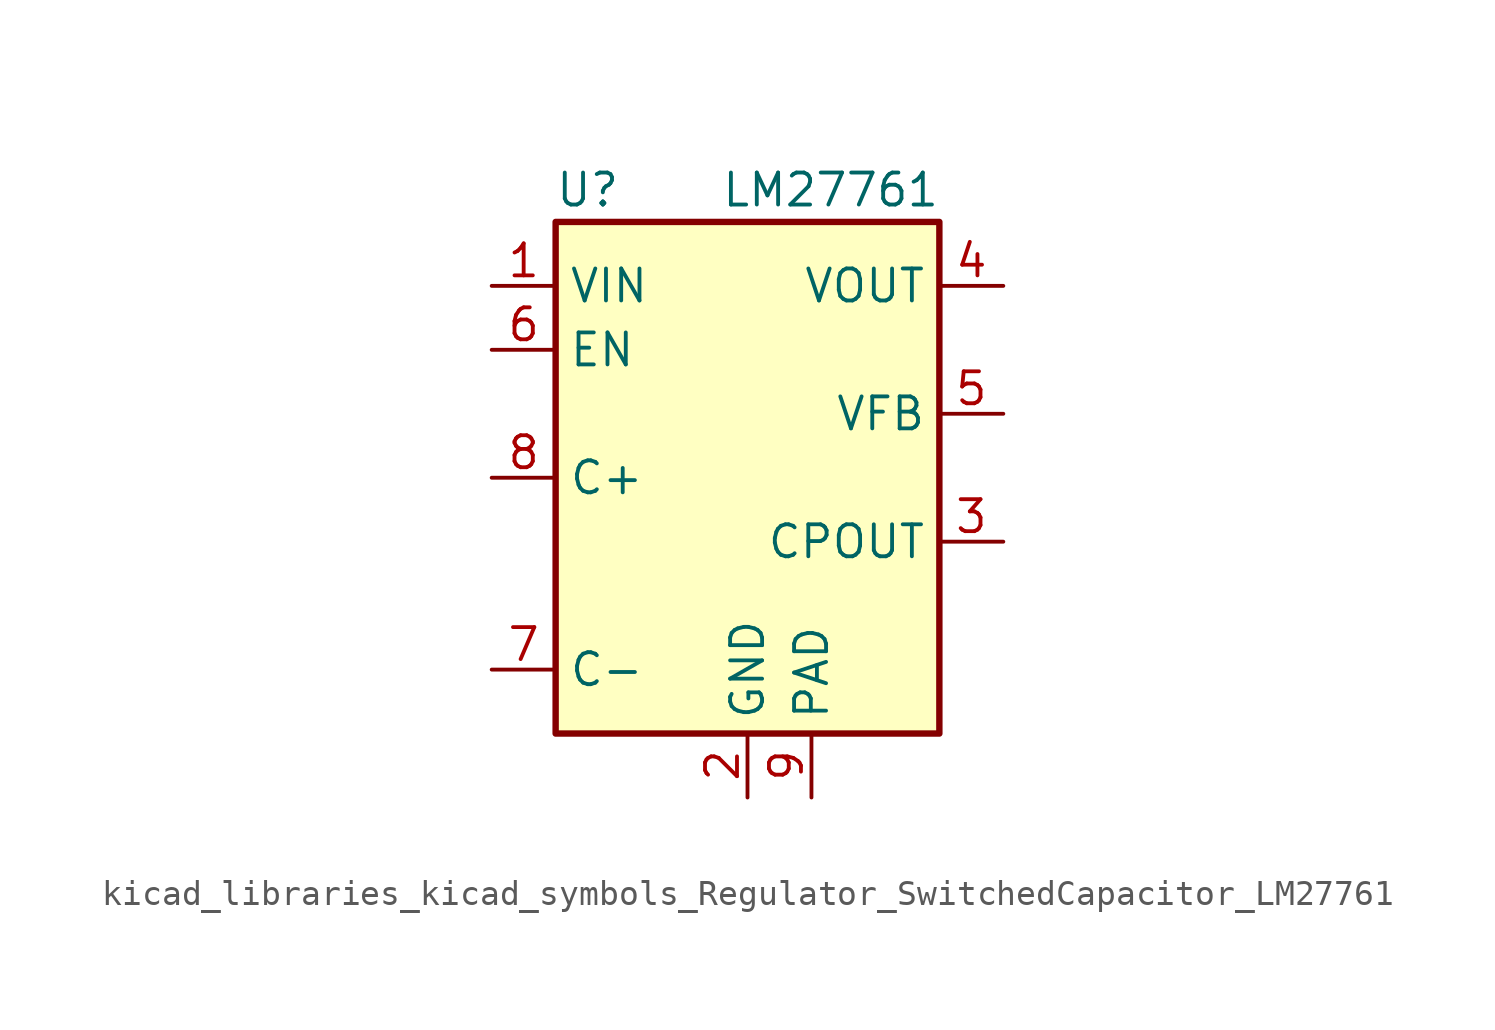
<source format=kicad_sym>
(kicad_symbol_lib
  (version 20220914)
  (generator kicad_symbol_editor)
  (symbol "kicad_libraries_kicad_symbols_Regulator_SwitchedCapacitor_LM27761"
    (property "Reference" "U"
      (at -6.35 11.43 0)
      (effects (font (size 1.27 1.27))))
    (property "Value" "LM27761"
      (at 3.302 11.43 0)
      (effects (font (size 1.27 1.27))))
    (symbol "kicad_libraries_kicad_symbols_Regulator_SwitchedCapacitor_LM27761_0_1"
      (rectangle (start -7.62 10.16) (end 7.62 -10.16) (stroke (width 0.254) (type default)) (fill (type background))))
    (symbol "kicad_libraries_kicad_symbols_Regulator_SwitchedCapacitor_LM27761_1_1"
      (pin power_in line (at -10.16 7.62 0) (length 2.54) (name "VIN" (effects (font (size 1.27 1.27)))) (number "1" (effects (font (size 1.27 1.27)))))
      (pin power_in line (at 0 -12.7 90) (length 2.54) (name "GND" (effects (font (size 1.27 1.27)))) (number "2" (effects (font (size 1.27 1.27)))))
      (pin power_out line (at 10.16 -2.54 180) (length 2.54) (name "CPOUT" (effects (font (size 1.27 1.27)))) (number "3" (effects (font (size 1.27 1.27)))))
      (pin power_out line (at 10.16 7.62 180) (length 2.54) (name "VOUT" (effects (font (size 1.27 1.27)))) (number "4" (effects (font (size 1.27 1.27)))))
      (pin input line (at 10.16 2.54 180) (length 2.54) (name "VFB" (effects (font (size 1.27 1.27)))) (number "5" (effects (font (size 1.27 1.27)))))
      (pin input line (at -10.16 5.08 0) (length 2.54) (name "EN" (effects (font (size 1.27 1.27)))) (number "6" (effects (font (size 1.27 1.27)))))
      (pin passive line (at -10.16 -7.62 0) (length 2.54) (name "C-" (effects (font (size 1.27 1.27)))) (number "7" (effects (font (size 1.27 1.27)))))
      (pin passive line (at -10.16 0 0) (length 2.54) (name "C+" (effects (font (size 1.27 1.27)))) (number "8" (effects (font (size 1.27 1.27)))))
      (pin power_in line (at 2.54 -12.7 90) (length 2.54) (name "PAD" (effects (font (size 1.27 1.27)))) (number "9" (effects (font (size 1.27 1.27))))))))
</source>
